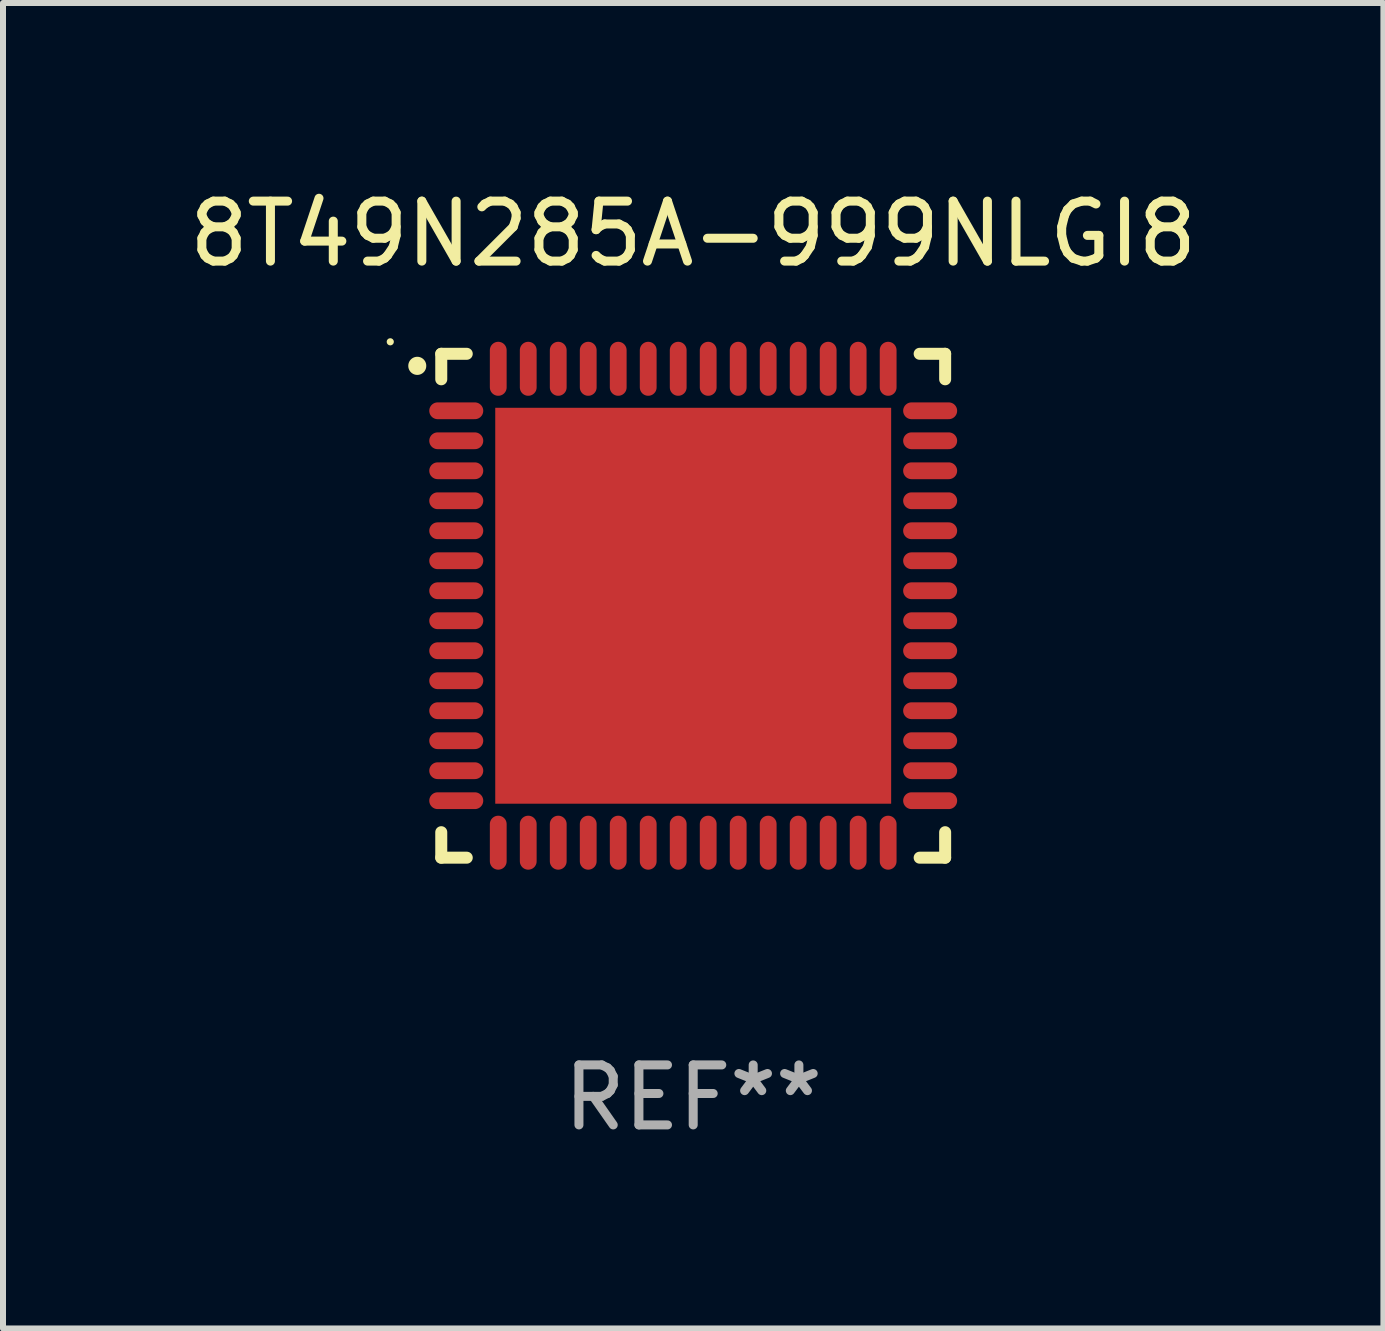
<source format=kicad_pcb>
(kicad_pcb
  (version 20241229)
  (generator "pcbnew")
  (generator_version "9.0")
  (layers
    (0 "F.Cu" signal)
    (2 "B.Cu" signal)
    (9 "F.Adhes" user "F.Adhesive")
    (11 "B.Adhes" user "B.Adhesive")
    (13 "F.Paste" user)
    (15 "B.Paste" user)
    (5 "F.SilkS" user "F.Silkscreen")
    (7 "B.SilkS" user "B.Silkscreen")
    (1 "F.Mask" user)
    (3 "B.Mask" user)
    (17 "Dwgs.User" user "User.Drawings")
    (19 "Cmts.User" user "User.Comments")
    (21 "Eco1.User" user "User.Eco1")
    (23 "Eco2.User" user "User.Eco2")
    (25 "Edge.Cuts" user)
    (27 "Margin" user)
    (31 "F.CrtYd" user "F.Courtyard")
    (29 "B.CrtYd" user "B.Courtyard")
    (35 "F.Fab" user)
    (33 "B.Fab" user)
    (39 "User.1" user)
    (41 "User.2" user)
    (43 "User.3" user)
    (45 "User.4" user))
  (footprint "8T49N285A-999NLGI8"
    (layer "F.Cu")
    (at 8.506 7.048)
    (property "Reference" "8T49N285A-999NLGI8" (at 0 -6.2 0) (layer "F.SilkS") (effects (font (size 1 1) (thickness 0.15))))
    (attr through_hole)
    (fp_line (start -4.2 -4.2) (end -3.775 -4.2) (stroke (width 0.2) (type solid)) (layer "F.SilkS"))
    (fp_line (start -4.2 -3.775) (end -4.2 -4.2) (stroke (width 0.2) (type solid)) (layer "F.SilkS"))
    (fp_line (start -4.2 3.775) (end -4.2 4.2) (stroke (width 0.2) (type solid)) (layer "F.SilkS"))
    (fp_line (start -4.2 4.2) (end -3.775 4.2) (stroke (width 0.2) (type solid)) (layer "F.SilkS"))
    (fp_line (start 3.775 4.2) (end 4.2 4.2) (stroke (width 0.2) (type solid)) (layer "F.SilkS"))
    (fp_line (start 4.2 -4.2) (end 3.775 -4.2) (stroke (width 0.2) (type solid)) (layer "F.SilkS"))
    (fp_line (start 4.2 -3.775) (end 4.2 -4.2) (stroke (width 0.2) (type solid)) (layer "F.SilkS"))
    (fp_line (start 4.2 4.2) (end 4.2 3.775) (stroke (width 0.2) (type solid)) (layer "F.SilkS"))
    (fp_arc (start -4.599949 -3.997968) (mid -4.599954 -3.999238) (end -4.599949 -4.000508) (stroke (width 0.3) (type solid)) (layer "F.SilkS"))
    (fp_circle (center -5.05 -4.4) (end -5.02 -4.4) (stroke (width 0.06) (type solid)) (fill no) (layer "F.SilkS"))
    (fp_text user "REF**" (at 0 8.2 0) (layer "F.Fab") (effects (font (size 1 1) (thickness 0.15))))
    (pad "1" smd oval (at -3.95 -3.25 90) (size 0.28 0.9) (layers "F.Cu" "F.Mask" "F.Paste"))
    (pad "2" smd oval (at -3.95 -2.75 90) (size 0.28 0.9) (layers "F.Cu" "F.Mask" "F.Paste"))
    (pad "3" smd oval (at -3.95 -2.25 90) (size 0.28 0.9) (layers "F.Cu" "F.Mask" "F.Paste"))
    (pad "4" smd oval (at -3.95 -1.75 90) (size 0.28 0.9) (layers "F.Cu" "F.Mask" "F.Paste"))
    (pad "5" smd oval (at -3.95 -1.25 90) (size 0.28 0.9) (layers "F.Cu" "F.Mask" "F.Paste"))
    (pad "6" smd oval (at -3.95 -0.75 90) (size 0.28 0.9) (layers "F.Cu" "F.Mask" "F.Paste"))
    (pad "7" smd oval (at -3.95 -0.25 90) (size 0.28 0.9) (layers "F.Cu" "F.Mask" "F.Paste"))
    (pad "8" smd oval (at -3.95 0.25 90) (size 0.28 0.9) (layers "F.Cu" "F.Mask" "F.Paste"))
    (pad "9" smd oval (at -3.95 0.75 90) (size 0.28 0.9) (layers "F.Cu" "F.Mask" "F.Paste"))
    (pad "10" smd oval (at -3.95 1.25 90) (size 0.28 0.9) (layers "F.Cu" "F.Mask" "F.Paste"))
    (pad "11" smd oval (at -3.95 1.75 90) (size 0.28 0.9) (layers "F.Cu" "F.Mask" "F.Paste"))
    (pad "12" smd oval (at -3.95 2.25 90) (size 0.28 0.9) (layers "F.Cu" "F.Mask" "F.Paste"))
    (pad "13" smd oval (at -3.95 2.75 90) (size 0.28 0.9) (layers "F.Cu" "F.Mask" "F.Paste"))
    (pad "14" smd oval (at -3.95 3.25 90) (size 0.28 0.9) (layers "F.Cu" "F.Mask" "F.Paste"))
    (pad "15" smd oval (at -3.25 3.95) (size 0.28 0.9) (layers "F.Cu" "F.Mask" "F.Paste"))
    (pad "16" smd oval (at -2.75 3.95) (size 0.28 0.9) (layers "F.Cu" "F.Mask" "F.Paste"))
    (pad "17" smd oval (at -2.25 3.95) (size 0.28 0.9) (layers "F.Cu" "F.Mask" "F.Paste"))
    (pad "18" smd oval (at -1.75 3.95) (size 0.28 0.9) (layers "F.Cu" "F.Mask" "F.Paste"))
    (pad "19" smd oval (at -1.25 3.95) (size 0.28 0.9) (layers "F.Cu" "F.Mask" "F.Paste"))
    (pad "20" smd oval (at -0.75 3.95) (size 0.28 0.9) (layers "F.Cu" "F.Mask" "F.Paste"))
    (pad "21" smd oval (at -0.25 3.95) (size 0.28 0.9) (layers "F.Cu" "F.Mask" "F.Paste"))
    (pad "22" smd oval (at 0.25 3.95) (size 0.28 0.9) (layers "F.Cu" "F.Mask" "F.Paste"))
    (pad "23" smd oval (at 0.75 3.95) (size 0.28 0.9) (layers "F.Cu" "F.Mask" "F.Paste"))
    (pad "24" smd oval (at 1.25 3.95) (size 0.28 0.9) (layers "F.Cu" "F.Mask" "F.Paste"))
    (pad "25" smd oval (at 1.75 3.95) (size 0.28 0.9) (layers "F.Cu" "F.Mask" "F.Paste"))
    (pad "26" smd oval (at 2.25 3.95) (size 0.28 0.9) (layers "F.Cu" "F.Mask" "F.Paste"))
    (pad "27" smd oval (at 2.75 3.95) (size 0.28 0.9) (layers "F.Cu" "F.Mask" "F.Paste"))
    (pad "28" smd oval (at 3.25 3.95) (size 0.28 0.9) (layers "F.Cu" "F.Mask" "F.Paste"))
    (pad "29" smd oval (at 3.95 3.25 90) (size 0.28 0.9) (layers "F.Cu" "F.Mask" "F.Paste"))
    (pad "30" smd oval (at 3.95 2.75 90) (size 0.28 0.9) (layers "F.Cu" "F.Mask" "F.Paste"))
    (pad "31" smd oval (at 3.95 2.25 90) (size 0.28 0.9) (layers "F.Cu" "F.Mask" "F.Paste"))
    (pad "32" smd oval (at 3.95 1.75 90) (size 0.28 0.9) (layers "F.Cu" "F.Mask" "F.Paste"))
    (pad "33" smd oval (at 3.95 1.25 90) (size 0.28 0.9) (layers "F.Cu" "F.Mask" "F.Paste"))
    (pad "34" smd oval (at 3.95 0.75 90) (size 0.28 0.9) (layers "F.Cu" "F.Mask" "F.Paste"))
    (pad "35" smd oval (at 3.95 0.25 90) (size 0.28 0.9) (layers "F.Cu" "F.Mask" "F.Paste"))
    (pad "36" smd oval (at 3.95 -0.25 90) (size 0.28 0.9) (layers "F.Cu" "F.Mask" "F.Paste"))
    (pad "37" smd oval (at 3.95 -0.75 90) (size 0.28 0.9) (layers "F.Cu" "F.Mask" "F.Paste"))
    (pad "38" smd oval (at 3.95 -1.25 90) (size 0.28 0.9) (layers "F.Cu" "F.Mask" "F.Paste"))
    (pad "39" smd oval (at 3.95 -1.75 90) (size 0.28 0.9) (layers "F.Cu" "F.Mask" "F.Paste"))
    (pad "40" smd oval (at 3.95 -2.25 90) (size 0.28 0.9) (layers "F.Cu" "F.Mask" "F.Paste"))
    (pad "41" smd oval (at 3.95 -2.75 90) (size 0.28 0.9) (layers "F.Cu" "F.Mask" "F.Paste"))
    (pad "42" smd oval (at 3.95 -3.25 90) (size 0.28 0.9) (layers "F.Cu" "F.Mask" "F.Paste"))
    (pad "43" smd oval (at 3.25 -3.95) (size 0.28 0.9) (layers "F.Cu" "F.Mask" "F.Paste"))
    (pad "44" smd oval (at 2.75 -3.95) (size 0.28 0.9) (layers "F.Cu" "F.Mask" "F.Paste"))
    (pad "45" smd oval (at 2.25 -3.95) (size 0.28 0.9) (layers "F.Cu" "F.Mask" "F.Paste"))
    (pad "46" smd oval (at 1.75 -3.95) (size 0.28 0.9) (layers "F.Cu" "F.Mask" "F.Paste"))
    (pad "47" smd oval (at 1.25 -3.95) (size 0.28 0.9) (layers "F.Cu" "F.Mask" "F.Paste"))
    (pad "48" smd oval (at 0.75 -3.95) (size 0.28 0.9) (layers "F.Cu" "F.Mask" "F.Paste"))
    (pad "49" smd oval (at 0.25 -3.95) (size 0.28 0.9) (layers "F.Cu" "F.Mask" "F.Paste"))
    (pad "50" smd oval (at -0.25 -3.95) (size 0.28 0.9) (layers "F.Cu" "F.Mask" "F.Paste"))
    (pad "51" smd oval (at -0.75 -3.95) (size 0.28 0.9) (layers "F.Cu" "F.Mask" "F.Paste"))
    (pad "52" smd oval (at -1.25 -3.95) (size 0.28 0.9) (layers "F.Cu" "F.Mask" "F.Paste"))
    (pad "53" smd oval (at -1.75 -3.95) (size 0.28 0.9) (layers "F.Cu" "F.Mask" "F.Paste"))
    (pad "54" smd oval (at -2.25 -3.95) (size 0.28 0.9) (layers "F.Cu" "F.Mask" "F.Paste"))
    (pad "55" smd oval (at -2.75 -3.95) (size 0.28 0.9) (layers "F.Cu" "F.Mask" "F.Paste"))
    (pad "56" smd oval (at -3.25 -3.95) (size 0.28 0.9) (layers "F.Cu" "F.Mask" "F.Paste"))
    (pad "57" smd rect (at 0 0.000051) (size 6.6 6.6) (layers "F.Cu" "F.Mask" "F.Paste")))
  (gr_rect
    (start -3 -3)
    (end 20.012 19.096)
    (stroke (width 0.1) (type default))
    (fill no)
    (layer "Edge.Cuts")))
</source>
